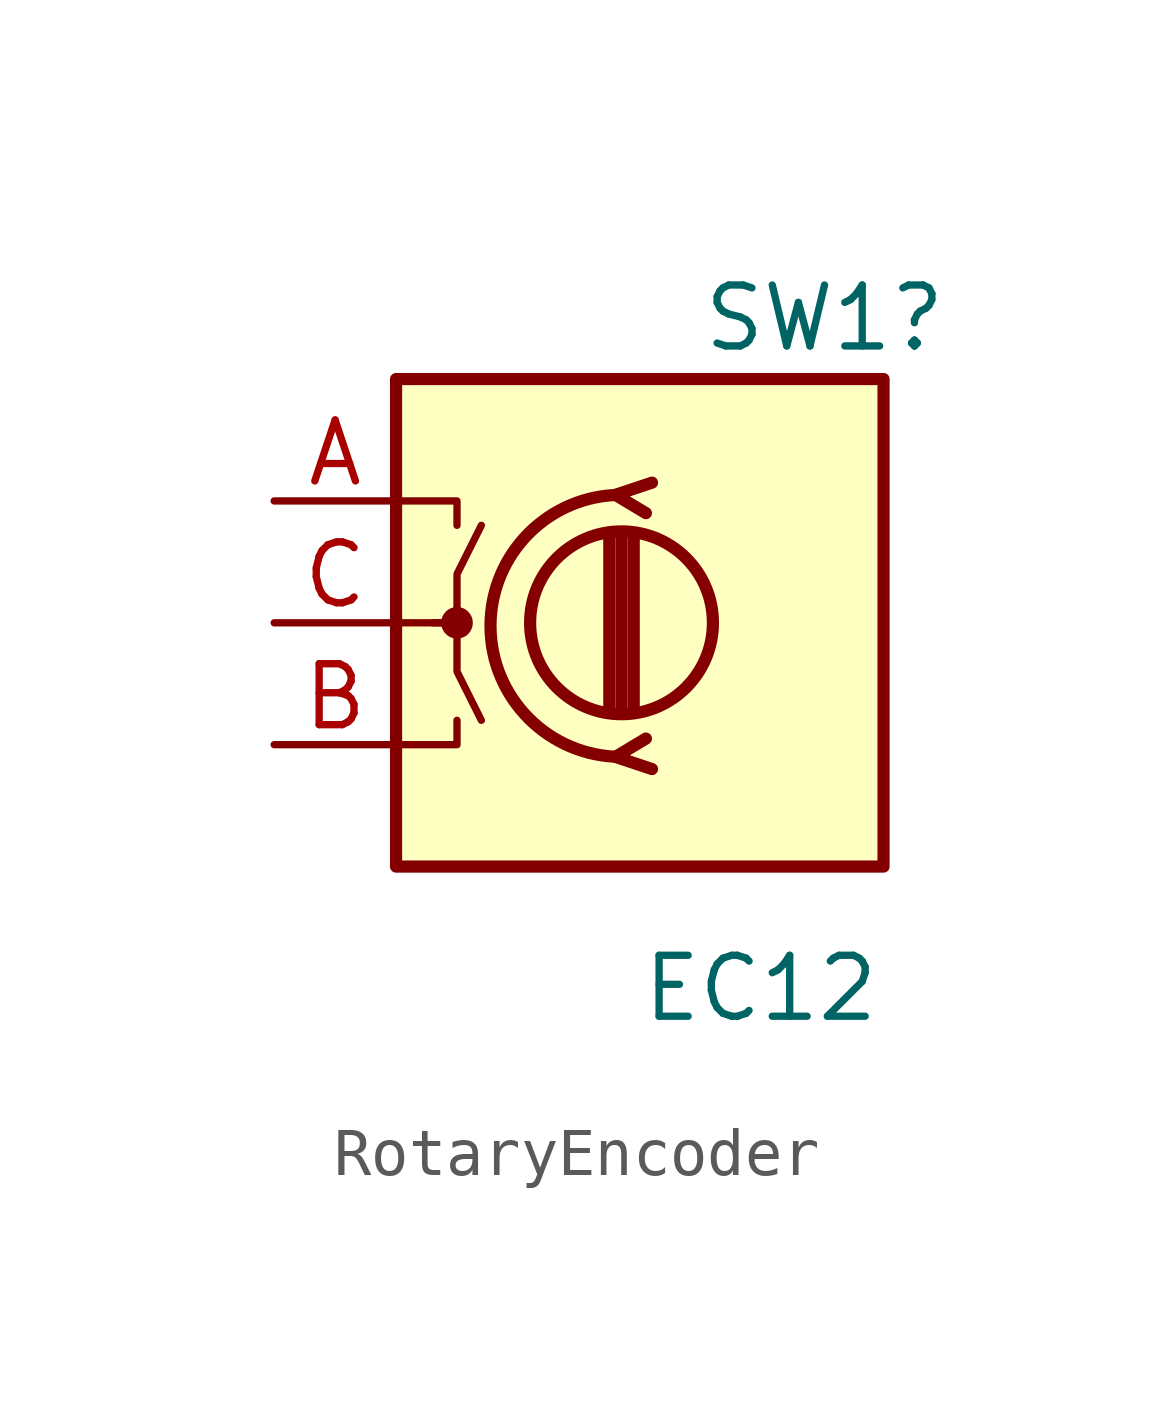
<source format=kicad_sym>
(kicad_symbol_lib
  (version 20220914)
  (generator kicad_symbol_editor)
  (symbol "RotaryEncoder"
    (pin_names
      (offset 0.254) hide)
    (property "Reference" "SW1"
      (at 1.27 6.35 0)
      (effects (font (size 1.27 1.27)) (justify left)))
    (property "Value" "EC12"
      (at 0 -7.62 0)
      (effects (font (size 1.27 1.27)) (justify left)))
    (symbol "RotaryEncoder_0_1"
      (rectangle (start -5.08 5.08) (end 5.08 -5.08) (stroke (width 0.254) (type default)) (fill (type background)))
      (circle (center -3.81 0) (radius 0.254) (stroke (width 0) (type default)) (fill (type outline)))
      (circle (center -0.381 0) (radius 1.905) (stroke (width 0.254) (type default)) (fill (type none)))
      (arc (start -0.381 2.667) (mid -3.0988 -0.0635) (end -0.381 -2.794) (stroke (width 0.254) (type default)) (fill (type none)))
      (polyline (pts (xy -0.635 -1.778) (xy -0.635 1.778)) (stroke (width 0.254) (type default)) (fill (type none)))
      (polyline (pts (xy -0.381 -1.778) (xy -0.381 1.778)) (stroke (width 0.254) (type default)) (fill (type none)))
      (polyline (pts (xy -0.127 1.778) (xy -0.127 -1.778)) (stroke (width 0.254) (type default)) (fill (type none)))
      (polyline (pts (xy -5.08 -2.54) (xy -3.81 -2.54) (xy -3.81 -2.032)) (stroke (width 0) (type default)) (fill (type none)))
      (polyline (pts (xy -5.08 2.54) (xy -3.81 2.54) (xy -3.81 2.032)) (stroke (width 0) (type default)) (fill (type none)))
      (polyline (pts (xy 0.254 -3.048) (xy -0.508 -2.794) (xy 0.127 -2.413)) (stroke (width 0.254) (type default)) (fill (type none)))
      (polyline (pts (xy 0.254 2.921) (xy -0.508 2.667) (xy 0.127 2.286)) (stroke (width 0.254) (type default)) (fill (type none)))
      (polyline (pts (xy -5.08 0) (xy -3.81 0) (xy -3.81 -1.016) (xy -3.302 -2.032)) (stroke (width 0) (type default)) (fill (type none)))
      (polyline (pts (xy -4.318 0) (xy -3.81 0) (xy -3.81 1.016) (xy -3.302 2.032)) (stroke (width 0) (type default)) (fill (type none))))
    (symbol "RotaryEncoder_1_1"
      (pin passive line (at -7.62 2.54 0) (length 2.54) (name "A" (effects (font (size 1.27 1.27)))) (number "A" (effects (font (size 1.27 1.27)))))
      (pin passive line (at -7.62 -2.54 0) (length 2.54) (name "B" (effects (font (size 1.27 1.27)))) (number "B" (effects (font (size 1.27 1.27)))))
      (pin passive line (at -7.62 0 0) (length 2.54) (name "C" (effects (font (size 1.27 1.27)))) (number "C" (effects (font (size 1.27 1.27))))))))
</source>
